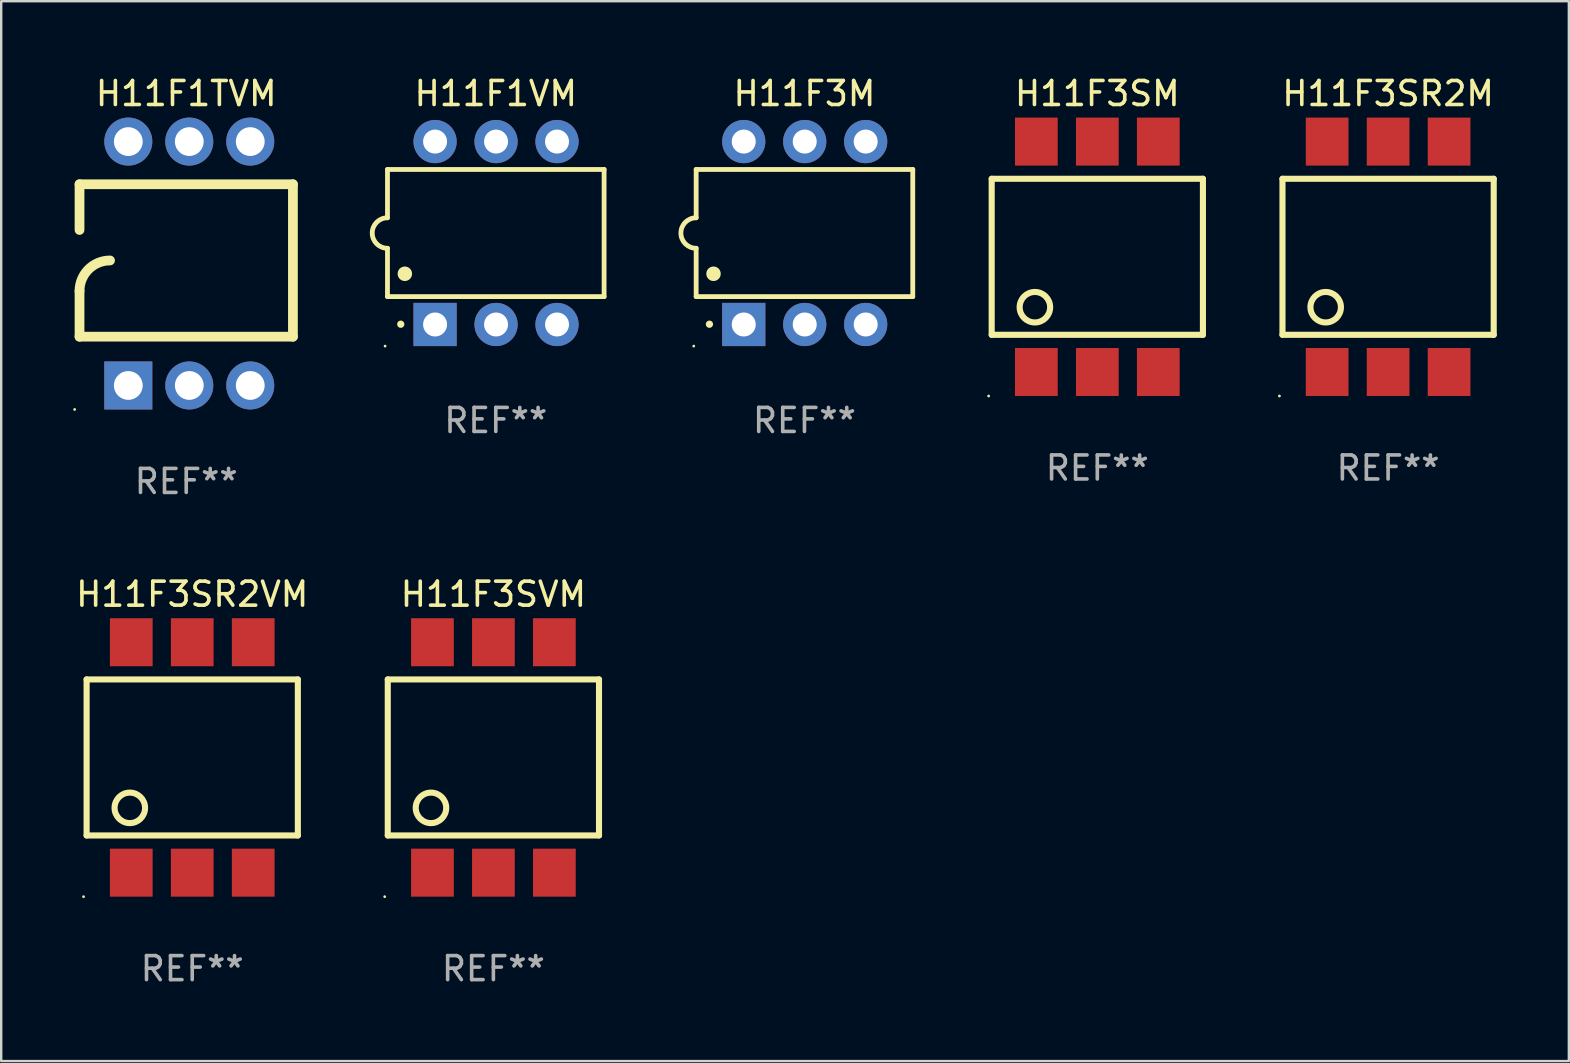
<source format=kicad_pcb>
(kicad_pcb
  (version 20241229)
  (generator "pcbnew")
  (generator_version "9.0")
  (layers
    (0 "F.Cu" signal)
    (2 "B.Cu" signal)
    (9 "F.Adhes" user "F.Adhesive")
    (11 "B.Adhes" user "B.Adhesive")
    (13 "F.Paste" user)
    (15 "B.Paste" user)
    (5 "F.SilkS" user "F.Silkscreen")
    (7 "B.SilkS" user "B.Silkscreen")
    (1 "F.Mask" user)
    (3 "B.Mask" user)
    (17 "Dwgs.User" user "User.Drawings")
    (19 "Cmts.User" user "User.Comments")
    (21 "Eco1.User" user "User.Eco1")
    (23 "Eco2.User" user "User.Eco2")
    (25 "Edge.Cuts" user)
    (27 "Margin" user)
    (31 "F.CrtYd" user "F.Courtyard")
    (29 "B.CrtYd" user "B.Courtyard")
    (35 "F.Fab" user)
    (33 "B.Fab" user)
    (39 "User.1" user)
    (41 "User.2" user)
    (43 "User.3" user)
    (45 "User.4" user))
  (footprint "H11F3SR2VM"
    (layer "F.Cu")
    (at 4.958 28.505)
    (property "Reference" "H11F3SR2VM" (at 0 -6.8 0) (layer "F.SilkS") (effects (font (size 1 1) (thickness 0.15))))
    (attr through_hole)
    (fp_line (start -4.4 -3.25) (end -4.4 3.25) (stroke (width 0.254) (type solid)) (layer "F.SilkS"))
    (fp_line (start -4.4 -3.25) (end 4.4 -3.25) (stroke (width 0.254) (type solid)) (layer "F.SilkS"))
    (fp_line (start 4.4 3.25) (end -4.4 3.25) (stroke (width 0.254) (type solid)) (layer "F.SilkS"))
    (fp_line (start 4.4 3.25) (end 4.4 -3.25) (stroke (width 0.254) (type solid)) (layer "F.SilkS"))
    (fp_circle (center -4.527 5.8) (end -4.497 5.8) (stroke (width 0.06) (type solid)) (fill no) (layer "F.SilkS"))
    (fp_circle (center -2.6 2.1) (end -1.965 2.1) (stroke (width 0.254) (type solid)) (fill no) (layer "F.SilkS"))
    (fp_text user "REF**" (at 0 8.8 0) (layer "F.Fab") (effects (font (size 1 1) (thickness 0.15))))
    (pad "1" smd rect (at -2.539 4.8) (size 1.78 2) (layers "F.Cu" "F.Mask" "F.Paste"))
    (pad "2" smd rect (at 0.001 4.8) (size 1.78 2) (layers "F.Cu" "F.Mask" "F.Paste"))
    (pad "3" smd rect (at 2.541 4.8) (size 1.78 2) (layers "F.Cu" "F.Mask" "F.Paste"))
    (pad "4" smd rect (at 2.541 -4.8) (size 1.78 2) (layers "F.Cu" "F.Mask" "F.Paste"))
    (pad "5" smd rect (at 0.001 -4.8) (size 1.78 2) (layers "F.Cu" "F.Mask" "F.Paste"))
    (pad "6" smd rect (at -2.539 -4.8) (size 1.78 2) (layers "F.Cu" "F.Mask" "F.Paste")))
  (footprint "H11F3SR2M"
    (layer "F.Cu")
    (at 54.777 7.648)
    (property "Reference" "H11F3SR2M" (at 0 -6.8 0) (layer "F.SilkS") (effects (font (size 1 1) (thickness 0.15))))
    (attr through_hole)
    (fp_line (start -4.4 -3.25) (end -4.4 3.25) (stroke (width 0.254) (type solid)) (layer "F.SilkS"))
    (fp_line (start -4.4 -3.25) (end 4.4 -3.25) (stroke (width 0.254) (type solid)) (layer "F.SilkS"))
    (fp_line (start 4.4 3.25) (end -4.4 3.25) (stroke (width 0.254) (type solid)) (layer "F.SilkS"))
    (fp_line (start 4.4 3.25) (end 4.4 -3.25) (stroke (width 0.254) (type solid)) (layer "F.SilkS"))
    (fp_circle (center -4.527 5.8) (end -4.497 5.8) (stroke (width 0.06) (type solid)) (fill no) (layer "F.SilkS"))
    (fp_circle (center -2.6 2.1) (end -1.965 2.1) (stroke (width 0.254) (type solid)) (fill no) (layer "F.SilkS"))
    (fp_text user "REF**" (at 0 8.8 0) (layer "F.Fab") (effects (font (size 1 1) (thickness 0.15))))
    (pad "1" smd rect (at -2.539 4.8) (size 1.78 2) (layers "F.Cu" "F.Mask" "F.Paste"))
    (pad "2" smd rect (at 0.001 4.8) (size 1.78 2) (layers "F.Cu" "F.Mask" "F.Paste"))
    (pad "3" smd rect (at 2.541 4.8) (size 1.78 2) (layers "F.Cu" "F.Mask" "F.Paste"))
    (pad "4" smd rect (at 2.541 -4.8) (size 1.78 2) (layers "F.Cu" "F.Mask" "F.Paste"))
    (pad "5" smd rect (at 0.001 -4.8) (size 1.78 2) (layers "F.Cu" "F.Mask" "F.Paste"))
    (pad "6" smd rect (at -2.539 -4.8) (size 1.78 2) (layers "F.Cu" "F.Mask" "F.Paste")))
  (footprint "H11F1VM"
    (layer "F.Cu")
    (at 17.604 6.658)
    (property "Reference" "H11F1VM" (at 0 -5.81 0) (layer "F.SilkS") (effects (font (size 1 1) (thickness 0.15))))
    (attr through_hole)
    (fp_line (start -4.512 -2.649) (end 4.512 -2.649) (stroke (width 0.2) (type solid)) (layer "F.SilkS"))
    (fp_line (start -4.512 -0.635) (end -4.512 -2.649) (stroke (width 0.2) (type solid)) (layer "F.SilkS"))
    (fp_line (start -4.512 2.649) (end -4.512 0.635) (stroke (width 0.2) (type solid)) (layer "F.SilkS"))
    (fp_line (start 4.512 -2.649) (end 4.512 2.649) (stroke (width 0.2) (type solid)) (layer "F.SilkS"))
    (fp_line (start 4.512 2.649) (end -4.512 2.649) (stroke (width 0.2) (type solid)) (layer "F.SilkS"))
    (fp_arc (start -4.512319 0.635001) (mid -5.14732 0) (end -4.512319 -0.635001) (stroke (width 0.2) (type solid)) (layer "F.SilkS"))
    (fp_arc (start -3.958598 3.799848) (mid -3.958603 3.798578) (end -3.958598 3.797308) (stroke (width 0.3) (type solid)) (layer "F.SilkS"))
    (fp_arc (start -3.788418 1.699263) (mid -3.788429 1.696723) (end -3.788418 1.694183) (stroke (width 0.6) (type solid)) (layer "F.SilkS"))
    (fp_circle (center -4.612 4.71) (end -4.582 4.71) (stroke (width 0.06) (type solid)) (fill no) (layer "F.SilkS"))
    (fp_text user "REF**" (at 0 7.81 0) (layer "F.Fab") (effects (font (size 1 1) (thickness 0.15))))
    (pad "1" thru_hole rect (at -2.529 3.81 90) (size 1.8 1.8) (drill 1) (layers "*.Cu" "*.Mask"))
    (pad "2" thru_hole circle (at 0.011 3.81) (size 1.8 1.8) (drill 1) (layers "*.Cu" "*.Mask"))
    (pad "3" thru_hole circle (at 2.551 3.81) (size 1.8 1.8) (drill 1) (layers "*.Cu" "*.Mask"))
    (pad "4" thru_hole circle (at 2.551 -3.81) (size 1.8 1.8) (drill 1) (layers "*.Cu" "*.Mask"))
    (pad "5" thru_hole circle (at 0.011 -3.81) (size 1.8 1.8) (drill 1) (layers "*.Cu" "*.Mask"))
    (pad "6" thru_hole circle (at -2.529 -3.81) (size 1.8 1.8) (drill 1) (layers "*.Cu" "*.Mask")))
  (footprint "H11F3SVM"
    (layer "F.Cu")
    (at 17.504 28.505)
    (property "Reference" "H11F3SVM" (at 0 -6.8 0) (layer "F.SilkS") (effects (font (size 1 1) (thickness 0.15))))
    (attr through_hole)
    (fp_line (start -4.4 -3.25) (end -4.4 3.25) (stroke (width 0.254) (type solid)) (layer "F.SilkS"))
    (fp_line (start -4.4 -3.25) (end 4.4 -3.25) (stroke (width 0.254) (type solid)) (layer "F.SilkS"))
    (fp_line (start 4.4 3.25) (end -4.4 3.25) (stroke (width 0.254) (type solid)) (layer "F.SilkS"))
    (fp_line (start 4.4 3.25) (end 4.4 -3.25) (stroke (width 0.254) (type solid)) (layer "F.SilkS"))
    (fp_circle (center -4.527 5.8) (end -4.497 5.8) (stroke (width 0.06) (type solid)) (fill no) (layer "F.SilkS"))
    (fp_circle (center -2.6 2.1) (end -1.965 2.1) (stroke (width 0.254) (type solid)) (fill no) (layer "F.SilkS"))
    (fp_text user "REF**" (at 0 8.8 0) (layer "F.Fab") (effects (font (size 1 1) (thickness 0.15))))
    (pad "1" smd rect (at -2.539 4.8) (size 1.78 2) (layers "F.Cu" "F.Mask" "F.Paste"))
    (pad "2" smd rect (at 0.001 4.8) (size 1.78 2) (layers "F.Cu" "F.Mask" "F.Paste"))
    (pad "3" smd rect (at 2.541 4.8) (size 1.78 2) (layers "F.Cu" "F.Mask" "F.Paste"))
    (pad "4" smd rect (at 2.541 -4.8) (size 1.78 2) (layers "F.Cu" "F.Mask" "F.Paste"))
    (pad "5" smd rect (at 0.001 -4.8) (size 1.78 2) (layers "F.Cu" "F.Mask" "F.Paste"))
    (pad "6" smd rect (at -2.539 -4.8) (size 1.78 2) (layers "F.Cu" "F.Mask" "F.Paste")))
  (footprint "H11F3SM"
    (layer "F.Cu")
    (at 42.663 7.648)
    (property "Reference" "H11F3SM" (at 0 -6.8 0) (layer "F.SilkS") (effects (font (size 1 1) (thickness 0.15))))
    (attr through_hole)
    (fp_line (start -4.4 -3.25) (end -4.4 3.25) (stroke (width 0.254) (type solid)) (layer "F.SilkS"))
    (fp_line (start -4.4 -3.25) (end 4.4 -3.25) (stroke (width 0.254) (type solid)) (layer "F.SilkS"))
    (fp_line (start 4.4 3.25) (end -4.4 3.25) (stroke (width 0.254) (type solid)) (layer "F.SilkS"))
    (fp_line (start 4.4 3.25) (end 4.4 -3.25) (stroke (width 0.254) (type solid)) (layer "F.SilkS"))
    (fp_circle (center -4.527 5.8) (end -4.497 5.8) (stroke (width 0.06) (type solid)) (fill no) (layer "F.SilkS"))
    (fp_circle (center -2.6 2.1) (end -1.965 2.1) (stroke (width 0.254) (type solid)) (fill no) (layer "F.SilkS"))
    (fp_text user "REF**" (at 0 8.8 0) (layer "F.Fab") (effects (font (size 1 1) (thickness 0.15))))
    (pad "1" smd rect (at -2.539 4.8) (size 1.78 2) (layers "F.Cu" "F.Mask" "F.Paste"))
    (pad "2" smd rect (at 0.001 4.8) (size 1.78 2) (layers "F.Cu" "F.Mask" "F.Paste"))
    (pad "3" smd rect (at 2.541 4.8) (size 1.78 2) (layers "F.Cu" "F.Mask" "F.Paste"))
    (pad "4" smd rect (at 2.541 -4.8) (size 1.78 2) (layers "F.Cu" "F.Mask" "F.Paste"))
    (pad "5" smd rect (at 0.001 -4.8) (size 1.78 2) (layers "F.Cu" "F.Mask" "F.Paste"))
    (pad "6" smd rect (at -2.539 -4.8) (size 1.78 2) (layers "F.Cu" "F.Mask" "F.Paste")))
  (footprint "H11F3M"
    (layer "F.Cu")
    (at 30.463 6.658)
    (property "Reference" "H11F3M" (at 0 -5.81 0) (layer "F.SilkS") (effects (font (size 1 1) (thickness 0.15))))
    (attr through_hole)
    (fp_line (start -4.512 -2.649) (end 4.512 -2.649) (stroke (width 0.2) (type solid)) (layer "F.SilkS"))
    (fp_line (start -4.512 -0.635) (end -4.512 -2.649) (stroke (width 0.2) (type solid)) (layer "F.SilkS"))
    (fp_line (start -4.512 2.649) (end -4.512 0.635) (stroke (width 0.2) (type solid)) (layer "F.SilkS"))
    (fp_line (start 4.512 -2.649) (end 4.512 2.649) (stroke (width 0.2) (type solid)) (layer "F.SilkS"))
    (fp_line (start 4.512 2.649) (end -4.512 2.649) (stroke (width 0.2) (type solid)) (layer "F.SilkS"))
    (fp_arc (start -4.512319 0.635001) (mid -5.14732 0) (end -4.512319 -0.635001) (stroke (width 0.2) (type solid)) (layer "F.SilkS"))
    (fp_arc (start -3.958598 3.799848) (mid -3.958603 3.798578) (end -3.958598 3.797308) (stroke (width 0.3) (type solid)) (layer "F.SilkS"))
    (fp_arc (start -3.788418 1.699263) (mid -3.788429 1.696723) (end -3.788418 1.694183) (stroke (width 0.6) (type solid)) (layer "F.SilkS"))
    (fp_circle (center -4.612 4.71) (end -4.582 4.71) (stroke (width 0.06) (type solid)) (fill no) (layer "F.SilkS"))
    (fp_text user "REF**" (at 0 7.81 0) (layer "F.Fab") (effects (font (size 1 1) (thickness 0.15))))
    (pad "1" thru_hole rect (at -2.529 3.81 90) (size 1.8 1.8) (drill 1) (layers "*.Cu" "*.Mask"))
    (pad "2" thru_hole circle (at 0.011 3.81) (size 1.8 1.8) (drill 1) (layers "*.Cu" "*.Mask"))
    (pad "3" thru_hole circle (at 2.551 3.81) (size 1.8 1.8) (drill 1) (layers "*.Cu" "*.Mask"))
    (pad "4" thru_hole circle (at 2.551 -3.81) (size 1.8 1.8) (drill 1) (layers "*.Cu" "*.Mask"))
    (pad "5" thru_hole circle (at 0.011 -3.81) (size 1.8 1.8) (drill 1) (layers "*.Cu" "*.Mask"))
    (pad "6" thru_hole circle (at -2.529 -3.81) (size 1.8 1.8) (drill 1) (layers "*.Cu" "*.Mask")))
  (footprint "H11F1TVM"
    (layer "F.Cu")
    (at 4.708 7.928)
    (property "Reference" "H11F1TVM" (at 0 -7.08 0) (layer "F.SilkS") (effects (font (size 1 1) (thickness 0.15))))
    (attr through_hole)
    (fp_line (start -4.445 -3.302) (end 4.445 -3.302) (stroke (width 0.406) (type solid)) (layer "F.SilkS"))
    (fp_line (start -4.445 -1.397) (end -4.445 -3.302) (stroke (width 0.406) (type solid)) (layer "F.SilkS"))
    (fp_line (start -4.445 3.048) (end -4.445 1.143) (stroke (width 0.406) (type solid)) (layer "F.SilkS"))
    (fp_line (start -4.445 3.048) (end 4.445 3.048) (stroke (width 0.406) (type solid)) (layer "F.SilkS"))
    (fp_line (start 4.445 -3.302) (end 4.445 3.048) (stroke (width 0.406) (type solid)) (layer "F.SilkS"))
    (fp_arc (start -4.444983 1.143002) (mid -4.073008 0.244974) (end -3.17498 -0.127) (stroke (width 0.4064) (type solid)) (layer "F.SilkS"))
    (fp_circle (center -4.648 6.08) (end -4.618 6.08) (stroke (width 0.06) (type solid)) (fill no) (layer "F.SilkS"))
    (fp_text user "REF**" (at 0 9.08 0) (layer "F.Fab") (effects (font (size 1 1) (thickness 0.15))))
    (pad "1" thru_hole rect (at -2.413 5.08 90) (size 2 2) (drill 1.2) (layers "*.Cu" "*.Mask"))
    (pad "2" thru_hole circle (at 0.127 5.08) (size 2 2) (drill 1.2) (layers "*.Cu" "*.Mask"))
    (pad "3" thru_hole circle (at 2.667 5.08) (size 2 2) (drill 1.2) (layers "*.Cu" "*.Mask"))
    (pad "4" thru_hole circle (at 2.667 -5.08) (size 2 2) (drill 1.2) (layers "*.Cu" "*.Mask"))
    (pad "5" thru_hole circle (at 0.127 -5.08) (size 2 2) (drill 1.2) (layers "*.Cu" "*.Mask"))
    (pad "6" thru_hole circle (at -2.413 -5.08) (size 2 2) (drill 1.2) (layers "*.Cu" "*.Mask")))
  (gr_rect
    (start -3 -3)
    (end 62.307 41.153)
    (stroke (width 0.1) (type default))
    (fill no)
    (layer "Edge.Cuts")))
</source>
